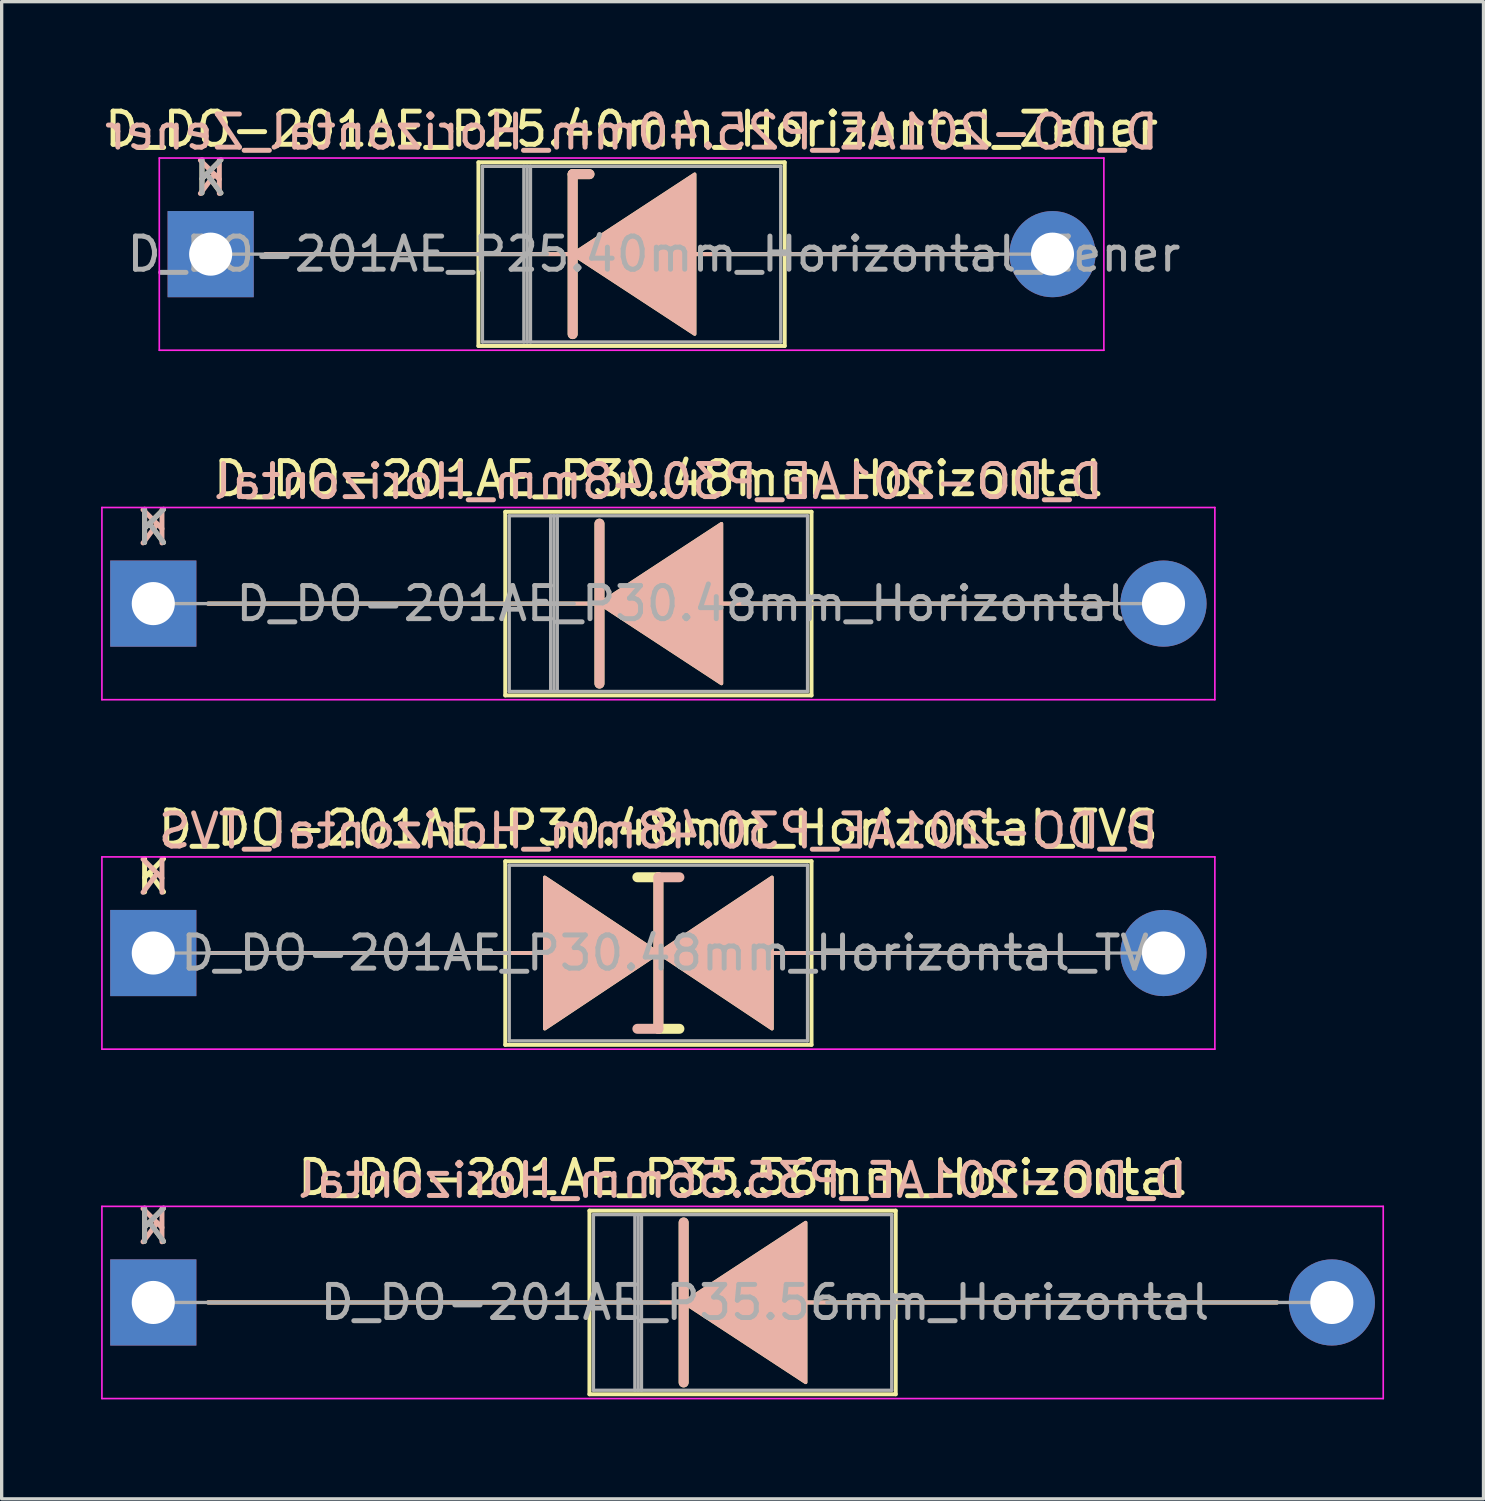
<source format=kicad_pcb>
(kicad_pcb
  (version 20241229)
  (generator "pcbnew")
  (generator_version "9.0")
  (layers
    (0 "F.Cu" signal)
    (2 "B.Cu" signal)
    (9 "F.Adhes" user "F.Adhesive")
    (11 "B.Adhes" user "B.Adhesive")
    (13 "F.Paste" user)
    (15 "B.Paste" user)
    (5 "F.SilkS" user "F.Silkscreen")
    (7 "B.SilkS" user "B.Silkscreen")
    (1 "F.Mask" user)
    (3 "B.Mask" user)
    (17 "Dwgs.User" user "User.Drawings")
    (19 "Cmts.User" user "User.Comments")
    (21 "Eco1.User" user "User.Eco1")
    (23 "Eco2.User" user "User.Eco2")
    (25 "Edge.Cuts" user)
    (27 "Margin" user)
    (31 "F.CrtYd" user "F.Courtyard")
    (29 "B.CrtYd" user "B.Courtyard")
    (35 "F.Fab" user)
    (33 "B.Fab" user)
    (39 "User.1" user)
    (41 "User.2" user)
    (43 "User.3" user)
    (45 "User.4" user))
  (footprint "D_DO-201AE_P30.48mm_Horizontal_TVS"
    (layer "F.Cu")
    (at 1.575 25.705)
    (property "Reference" "D_DO-201AE_P30.48mm_Horizontal_TVS" (at 15.24 -3.77 0) (layer "F.SilkS") (effects (font (size 1 1) (thickness 0.15))))
    (fp_line (start 1.651 0) (end 10.62 0) (stroke (width 0.12) (type solid)) (layer "F.SilkS"))
    (fp_line (start 10.62 -2.77) (end 10.62 2.77) (stroke (width 0.12) (type solid)) (layer "F.SilkS"))
    (fp_line (start 10.62 0) (end 11.811 0) (stroke (width 0.12) (type solid)) (layer "F.SilkS"))
    (fp_line (start 10.62 2.77) (end 19.86 2.77) (stroke (width 0.12) (type solid)) (layer "F.SilkS"))
    (fp_line (start 15.24 -2.286) (end 14.605 -2.286) (stroke (width 0.3) (type solid)) (layer "F.SilkS"))
    (fp_line (start 15.24 2.286) (end 15.24 -2.286) (stroke (width 0.3) (type solid)) (layer "F.SilkS"))
    (fp_line (start 15.875 2.286) (end 15.24 2.286) (stroke (width 0.3) (type solid)) (layer "F.SilkS"))
    (fp_line (start 18.669 0) (end 19.86 0) (stroke (width 0.12) (type solid)) (layer "F.SilkS"))
    (fp_line (start 19.86 -2.77) (end 10.62 -2.77) (stroke (width 0.12) (type solid)) (layer "F.SilkS"))
    (fp_line (start 19.86 2.77) (end 19.86 -2.77) (stroke (width 0.12) (type solid)) (layer "F.SilkS"))
    (fp_line (start 28.829 0) (end 19.86 0) (stroke (width 0.12) (type solid)) (layer "F.SilkS"))
    (fp_poly (pts (xy 15.24 0) (xy 11.811 2.286) (xy 11.811 -2.286)) (stroke (width 0.1) (type solid)) (fill yes) (layer "F.SilkS"))
    (fp_poly (pts (xy 15.24 0) (xy 18.669 -2.286) (xy 18.669 2.286)) (stroke (width 0.1) (type solid)) (fill yes) (layer "F.SilkS"))
    (fp_line (start 1.651 0) (end 10.62 0) (stroke (width 0.12) (type solid)) (layer "B.SilkS"))
    (fp_line (start 10.62 0) (end 11.811 0) (stroke (width 0.12) (type solid)) (layer "B.SilkS"))
    (fp_line (start 15.24 -2.286) (end 15.24 2.286) (stroke (width 0.3) (type solid)) (layer "B.SilkS"))
    (fp_line (start 15.24 2.286) (end 14.605 2.286) (stroke (width 0.3) (type solid)) (layer "B.SilkS"))
    (fp_line (start 15.875 -2.286) (end 15.24 -2.286) (stroke (width 0.3) (type solid)) (layer "B.SilkS"))
    (fp_line (start 18.669 0) (end 19.86 0) (stroke (width 0.12) (type solid)) (layer "B.SilkS"))
    (fp_line (start 28.829 0) (end 19.86 0) (stroke (width 0.12) (type solid)) (layer "B.SilkS"))
    (fp_poly (pts (xy 15.24 0) (xy 11.811 -2.286) (xy 11.811 2.286)) (stroke (width 0.1) (type solid)) (fill yes) (layer "B.SilkS"))
    (fp_poly (pts (xy 15.24 0) (xy 18.669 2.286) (xy 18.669 -2.286)) (stroke (width 0.1) (type solid)) (fill yes) (layer "B.SilkS"))
    (fp_line (start -1.55 -2.9) (end -1.55 2.9) (stroke (width 0.05) (type solid)) (layer "F.CrtYd"))
    (fp_line (start -1.55 2.9) (end 32.03 2.9) (stroke (width 0.05) (type solid)) (layer "F.CrtYd"))
    (fp_line (start 32.03 -2.9) (end -1.55 -2.9) (stroke (width 0.05) (type solid)) (layer "F.CrtYd"))
    (fp_line (start 32.03 2.9) (end 32.03 -2.9) (stroke (width 0.05) (type solid)) (layer "F.CrtYd"))
    (fp_line (start 0 0) (end 10.74 0) (stroke (width 0.1) (type solid)) (layer "F.Fab"))
    (fp_line (start 10.74 -2.65) (end 10.74 2.65) (stroke (width 0.1) (type solid)) (layer "F.Fab"))
    (fp_line (start 10.74 2.65) (end 19.74 2.65) (stroke (width 0.1) (type solid)) (layer "F.Fab"))
    (fp_line (start 19.74 -2.65) (end 10.74 -2.65) (stroke (width 0.1) (type solid)) (layer "F.Fab"))
    (fp_line (start 19.74 2.65) (end 19.74 -2.65) (stroke (width 0.1) (type solid)) (layer "F.Fab"))
    (fp_line (start 30.48 0) (end 19.74 0) (stroke (width 0.1) (type solid)) (layer "F.Fab"))
    (fp_text user "K" (at 0 -2.3 0) (layer "F.SilkS") (effects (font (size 1 1) (thickness 0.15))))
    (fp_text user "K" (at 0 -2.286 0) (layer "B.SilkS") (effects (font (size 1 1) (thickness 0.15)) (justify mirror)))
    (fp_text user "${REFERENCE}" (at 15.24 -3.683 0) (layer "B.SilkS") (effects (font (size 1 1) (thickness 0.15)) (justify mirror)))
    (fp_text user "${REFERENCE}" (at 15.915 0 0) (layer "F.Fab") (effects (font (size 1 1) (thickness 0.15))))
    (pad "1" thru_hole rect (at 0 0) (size 2.6 2.6) (drill 1.3) (layers "*.Cu" "*.Mask"))
    (pad "2" thru_hole oval (at 30.48 0) (size 2.6 2.6) (drill 1.3) (layers "*.Cu" "*.Mask")))
  (footprint "D_DO-201AE_P30.48mm_Horizontal"
    (layer "F.Cu")
    (at 1.575 15.162)
    (property "Reference" "D_DO-201AE_P30.48mm_Horizontal" (at 15.24 -3.77 0) (layer "F.SilkS") (effects (font (size 1 1) (thickness 0.15))))
    (fp_line (start 1.651 0) (end 10.62 0) (stroke (width 0.12) (type solid)) (layer "F.SilkS"))
    (fp_line (start 10.62 -2.77) (end 10.62 2.77) (stroke (width 0.12) (type solid)) (layer "F.SilkS"))
    (fp_line (start 10.62 2.77) (end 19.86 2.77) (stroke (width 0.12) (type solid)) (layer "F.SilkS"))
    (fp_line (start 13.462 -2.413) (end 13.462 2.413) (stroke (width 0.3) (type solid)) (layer "F.SilkS"))
    (fp_line (start 13.589 0) (end 10.62 0) (stroke (width 0.12) (type solid)) (layer "F.SilkS"))
    (fp_line (start 17.145 0) (end 19.86 0) (stroke (width 0.12) (type solid)) (layer "F.SilkS"))
    (fp_line (start 19.86 -2.77) (end 10.62 -2.77) (stroke (width 0.12) (type solid)) (layer "F.SilkS"))
    (fp_line (start 19.86 2.77) (end 19.86 -2.77) (stroke (width 0.12) (type solid)) (layer "F.SilkS"))
    (fp_line (start 28.829 0) (end 19.86 0) (stroke (width 0.12) (type solid)) (layer "F.SilkS"))
    (fp_poly (pts (xy 17.145 2.413) (xy 13.462 0) (xy 17.145 -2.413)) (stroke (width 0.1) (type solid)) (fill yes) (layer "F.SilkS"))
    (fp_line (start 1.651 0) (end 10.62 0) (stroke (width 0.12) (type solid)) (layer "B.SilkS"))
    (fp_line (start 13.462 2.413) (end 13.462 -2.413) (stroke (width 0.3) (type solid)) (layer "B.SilkS"))
    (fp_line (start 13.589 0) (end 10.62 0) (stroke (width 0.12) (type solid)) (layer "B.SilkS"))
    (fp_line (start 17.145 0) (end 19.86 0) (stroke (width 0.12) (type solid)) (layer "B.SilkS"))
    (fp_line (start 28.829 0) (end 19.86 0) (stroke (width 0.12) (type solid)) (layer "B.SilkS"))
    (fp_poly (pts (xy 17.145 -2.413) (xy 13.462 0) (xy 17.145 2.413)) (stroke (width 0.1) (type solid)) (fill yes) (layer "B.SilkS"))
    (fp_line (start -1.55 -2.9) (end -1.55 2.9) (stroke (width 0.05) (type solid)) (layer "F.CrtYd"))
    (fp_line (start -1.55 2.9) (end 32.03 2.9) (stroke (width 0.05) (type solid)) (layer "F.CrtYd"))
    (fp_line (start 32.03 -2.9) (end -1.55 -2.9) (stroke (width 0.05) (type solid)) (layer "F.CrtYd"))
    (fp_line (start 32.03 2.9) (end 32.03 -2.9) (stroke (width 0.05) (type solid)) (layer "F.CrtYd"))
    (fp_line (start 0 0) (end 12.7 0) (stroke (width 0.1) (type solid)) (layer "F.Fab"))
    (fp_line (start 10.74 -2.65) (end 10.74 2.65) (stroke (width 0.1) (type solid)) (layer "F.Fab"))
    (fp_line (start 10.74 2.65) (end 19.74 2.65) (stroke (width 0.1) (type solid)) (layer "F.Fab"))
    (fp_line (start 11.99 -2.65) (end 11.99 2.65) (stroke (width 0.1) (type solid)) (layer "F.Fab"))
    (fp_line (start 12.09 -2.65) (end 12.09 2.65) (stroke (width 0.1) (type solid)) (layer "F.Fab"))
    (fp_line (start 12.19 -2.65) (end 12.19 2.65) (stroke (width 0.1) (type solid)) (layer "F.Fab"))
    (fp_line (start 19.74 -2.65) (end 10.74 -2.65) (stroke (width 0.1) (type solid)) (layer "F.Fab"))
    (fp_line (start 19.74 2.65) (end 19.74 -2.65) (stroke (width 0.1) (type solid)) (layer "F.Fab"))
    (fp_line (start 30.48 0) (end 17.78 0) (stroke (width 0.1) (type solid)) (layer "F.Fab"))
    (fp_text user "K" (at 0 -2.3 0) (layer "F.SilkS") (effects (font (size 1 1) (thickness 0.15))))
    (fp_text user "K" (at 0 -2.286 0) (layer "B.SilkS") (effects (font (size 1 1) (thickness 0.15)) (justify mirror)))
    (fp_text user "${REFERENCE}" (at 15.24 -3.683 0) (layer "B.SilkS") (effects (font (size 1 1) (thickness 0.15)) (justify mirror)))
    (fp_text user "${REFERENCE}" (at 15.915 0 0) (layer "F.Fab") (effects (font (size 1 1) (thickness 0.15))))
    (fp_text user "K" (at 0 -2.3 0) (layer "F.Fab") (effects (font (size 1 1) (thickness 0.15))))
    (pad "1" thru_hole rect (at 0 0) (size 2.6 2.6) (drill 1.3) (layers "*.Cu" "*.Mask"))
    (pad "2" thru_hole oval (at 30.48 0) (size 2.6 2.6) (drill 1.3) (layers "*.Cu" "*.Mask")))
  (footprint "D_DO-201AE_P25.40mm_Horizontal_Zener"
    (layer "F.Cu")
    (at 3.306 4.618)
    (property "Reference" "D_DO-201AE_P25.40mm_Horizontal_Zener" (at 12.7 -3.77 0) (layer "F.SilkS") (effects (font (size 1 1) (thickness 0.15))))
    (fp_line (start 1.651 0) (end 8.08 0) (stroke (width 0.12) (type solid)) (layer "F.SilkS"))
    (fp_line (start 8.08 -2.77) (end 8.08 2.77) (stroke (width 0.12) (type solid)) (layer "F.SilkS"))
    (fp_line (start 8.08 2.77) (end 17.32 2.77) (stroke (width 0.12) (type solid)) (layer "F.SilkS"))
    (fp_line (start 10.922 -2.413) (end 10.922 2.413) (stroke (width 0.3) (type solid)) (layer "F.SilkS"))
    (fp_line (start 10.922 -2.413) (end 11.43 -2.413) (stroke (width 0.3) (type solid)) (layer "F.SilkS"))
    (fp_line (start 11.049 0) (end 8.08 0) (stroke (width 0.12) (type solid)) (layer "F.SilkS"))
    (fp_line (start 14.605 0) (end 17.32 0) (stroke (width 0.12) (type solid)) (layer "F.SilkS"))
    (fp_line (start 17.32 -2.77) (end 8.08 -2.77) (stroke (width 0.12) (type solid)) (layer "F.SilkS"))
    (fp_line (start 17.32 2.77) (end 17.32 -2.77) (stroke (width 0.12) (type solid)) (layer "F.SilkS"))
    (fp_line (start 23.749 0) (end 17.32 0) (stroke (width 0.12) (type solid)) (layer "F.SilkS"))
    (fp_poly (pts (xy 14.605 2.413) (xy 10.922 0) (xy 14.605 -2.413)) (stroke (width 0.1) (type solid)) (fill yes) (layer "F.SilkS"))
    (fp_line (start 1.651 0) (end 8.08 0) (stroke (width 0.12) (type solid)) (layer "B.SilkS"))
    (fp_line (start 10.922 -2.413) (end 11.43 -2.413) (stroke (width 0.3) (type solid)) (layer "B.SilkS"))
    (fp_line (start 10.922 2.413) (end 10.922 -2.413) (stroke (width 0.3) (type solid)) (layer "B.SilkS"))
    (fp_line (start 11.049 0) (end 8.08 0) (stroke (width 0.12) (type solid)) (layer "B.SilkS"))
    (fp_line (start 14.605 0) (end 17.32 0) (stroke (width 0.12) (type solid)) (layer "B.SilkS"))
    (fp_line (start 23.749 0) (end 17.32 0) (stroke (width 0.12) (type solid)) (layer "B.SilkS"))
    (fp_poly (pts (xy 14.605 -2.413) (xy 10.922 0) (xy 14.605 2.413)) (stroke (width 0.1) (type solid)) (fill yes) (layer "B.SilkS"))
    (fp_line (start -1.55 -2.9) (end -1.55 2.9) (stroke (width 0.05) (type solid)) (layer "F.CrtYd"))
    (fp_line (start -1.55 2.9) (end 26.95 2.9) (stroke (width 0.05) (type solid)) (layer "F.CrtYd"))
    (fp_line (start 26.95 -2.9) (end -1.55 -2.9) (stroke (width 0.05) (type solid)) (layer "F.CrtYd"))
    (fp_line (start 26.95 2.9) (end 26.95 -2.9) (stroke (width 0.05) (type solid)) (layer "F.CrtYd"))
    (fp_line (start 0 0) (end 10.16 0) (stroke (width 0.1) (type solid)) (layer "F.Fab"))
    (fp_line (start 8.2 -2.65) (end 8.2 2.65) (stroke (width 0.1) (type solid)) (layer "F.Fab"))
    (fp_line (start 8.2 2.65) (end 17.2 2.65) (stroke (width 0.1) (type solid)) (layer "F.Fab"))
    (fp_line (start 9.45 -2.65) (end 9.45 2.65) (stroke (width 0.1) (type solid)) (layer "F.Fab"))
    (fp_line (start 9.55 -2.65) (end 9.55 2.65) (stroke (width 0.1) (type solid)) (layer "F.Fab"))
    (fp_line (start 9.65 -2.65) (end 9.65 2.65) (stroke (width 0.1) (type solid)) (layer "F.Fab"))
    (fp_line (start 17.2 -2.65) (end 8.2 -2.65) (stroke (width 0.1) (type solid)) (layer "F.Fab"))
    (fp_line (start 17.2 2.65) (end 17.2 -2.65) (stroke (width 0.1) (type solid)) (layer "F.Fab"))
    (fp_line (start 25.4 0) (end 15.24 0) (stroke (width 0.1) (type solid)) (layer "F.Fab"))
    (fp_text user "K" (at 0 -2.3 0) (layer "F.SilkS") (effects (font (size 1 1) (thickness 0.15))))
    (fp_text user "${REFERENCE}" (at 12.7 -3.683 0) (layer "B.SilkS") (effects (font (size 1 1) (thickness 0.15)) (justify mirror)))
    (fp_text user "K" (at 0 -2.286 0) (layer "B.SilkS") (effects (font (size 1 1) (thickness 0.15)) (justify mirror)))
    (fp_text user "${REFERENCE}" (at 13.375 0 0) (layer "F.Fab") (effects (font (size 1 1) (thickness 0.15))))
    (fp_text user "K" (at 0 -2.3 0) (layer "F.Fab") (effects (font (size 1 1) (thickness 0.15))))
    (pad "1" thru_hole rect (at 0 0) (size 2.6 2.6) (drill 1.3) (layers "*.Cu" "*.Mask"))
    (pad "2" thru_hole oval (at 25.4 0) (size 2.6 2.6) (drill 1.3) (layers "*.Cu" "*.Mask")))
  (footprint "D_DO-201AE_P35.56mm_Horizontal"
    (layer "F.Cu")
    (at 1.575 36.248)
    (property "Reference" "D_DO-201AE_P35.56mm_Horizontal" (at 17.78 -3.77 0) (layer "F.SilkS") (effects (font (size 1 1) (thickness 0.15))))
    (fp_line (start 1.651 0) (end 13.16 0) (stroke (width 0.12) (type solid)) (layer "F.SilkS"))
    (fp_line (start 13.16 -2.77) (end 13.16 2.77) (stroke (width 0.12) (type solid)) (layer "F.SilkS"))
    (fp_line (start 13.16 2.77) (end 22.4 2.77) (stroke (width 0.12) (type solid)) (layer "F.SilkS"))
    (fp_line (start 16.002 -2.413) (end 16.002 2.413) (stroke (width 0.3) (type solid)) (layer "F.SilkS"))
    (fp_line (start 16.129 0) (end 13.16 0) (stroke (width 0.12) (type solid)) (layer "F.SilkS"))
    (fp_line (start 19.685 0) (end 22.4 0) (stroke (width 0.12) (type solid)) (layer "F.SilkS"))
    (fp_line (start 22.4 -2.77) (end 13.16 -2.77) (stroke (width 0.12) (type solid)) (layer "F.SilkS"))
    (fp_line (start 22.4 2.77) (end 22.4 -2.77) (stroke (width 0.12) (type solid)) (layer "F.SilkS"))
    (fp_line (start 33.909 0) (end 22.4 0) (stroke (width 0.12) (type solid)) (layer "F.SilkS"))
    (fp_poly (pts (xy 19.685 2.413) (xy 16.002 0) (xy 19.685 -2.413)) (stroke (width 0.1) (type solid)) (fill yes) (layer "F.SilkS"))
    (fp_line (start 1.651 0) (end 13.16 0) (stroke (width 0.12) (type solid)) (layer "B.SilkS"))
    (fp_line (start 16.002 2.413) (end 16.002 -2.413) (stroke (width 0.3) (type solid)) (layer "B.SilkS"))
    (fp_line (start 16.129 0) (end 13.16 0) (stroke (width 0.12) (type solid)) (layer "B.SilkS"))
    (fp_line (start 19.685 0) (end 22.4 0) (stroke (width 0.12) (type solid)) (layer "B.SilkS"))
    (fp_line (start 33.909 0) (end 22.4 0) (stroke (width 0.12) (type solid)) (layer "B.SilkS"))
    (fp_poly (pts (xy 19.685 -2.413) (xy 16.002 0) (xy 19.685 2.413)) (stroke (width 0.1) (type solid)) (fill yes) (layer "B.SilkS"))
    (fp_line (start -1.55 -2.9) (end -1.55 2.9) (stroke (width 0.05) (type solid)) (layer "F.CrtYd"))
    (fp_line (start -1.55 2.9) (end 37.11 2.9) (stroke (width 0.05) (type solid)) (layer "F.CrtYd"))
    (fp_line (start 37.11 -2.9) (end -1.55 -2.9) (stroke (width 0.05) (type solid)) (layer "F.CrtYd"))
    (fp_line (start 37.11 2.9) (end 37.11 -2.9) (stroke (width 0.05) (type solid)) (layer "F.CrtYd"))
    (fp_line (start 0 0) (end 15.24 0) (stroke (width 0.1) (type solid)) (layer "F.Fab"))
    (fp_line (start 13.28 -2.65) (end 13.28 2.65) (stroke (width 0.1) (type solid)) (layer "F.Fab"))
    (fp_line (start 13.28 2.65) (end 22.28 2.65) (stroke (width 0.1) (type solid)) (layer "F.Fab"))
    (fp_line (start 14.53 -2.65) (end 14.53 2.65) (stroke (width 0.1) (type solid)) (layer "F.Fab"))
    (fp_line (start 14.63 -2.65) (end 14.63 2.65) (stroke (width 0.1) (type solid)) (layer "F.Fab"))
    (fp_line (start 14.73 -2.65) (end 14.73 2.65) (stroke (width 0.1) (type solid)) (layer "F.Fab"))
    (fp_line (start 22.28 -2.65) (end 13.28 -2.65) (stroke (width 0.1) (type solid)) (layer "F.Fab"))
    (fp_line (start 22.28 2.65) (end 22.28 -2.65) (stroke (width 0.1) (type solid)) (layer "F.Fab"))
    (fp_line (start 35.56 0) (end 20.32 0) (stroke (width 0.1) (type solid)) (layer "F.Fab"))
    (fp_text user "K" (at 0 -2.3 0) (layer "F.SilkS") (effects (font (size 1 1) (thickness 0.15))))
    (fp_text user "${REFERENCE}" (at 17.78 -3.683 0) (layer "B.SilkS") (effects (font (size 1 1) (thickness 0.15)) (justify mirror)))
    (fp_text user "K" (at 0 -2.286 0) (layer "B.SilkS") (effects (font (size 1 1) (thickness 0.15)) (justify mirror)))
    (fp_text user "K" (at 0 -2.3 0) (layer "F.Fab") (effects (font (size 1 1) (thickness 0.15))))
    (fp_text user "${REFERENCE}" (at 18.455 0 0) (layer "F.Fab") (effects (font (size 1 1) (thickness 0.15))))
    (pad "1" thru_hole rect (at 0 0) (size 2.6 2.6) (drill 1.3) (layers "*.Cu" "*.Mask"))
    (pad "2" thru_hole oval (at 35.56 0) (size 2.6 2.6) (drill 1.3) (layers "*.Cu" "*.Mask")))
  (gr_rect
    (start -3 -3)
    (end 41.71 42.173)
    (stroke (width 0.1) (type default))
    (fill no)
    (layer "Edge.Cuts")))
</source>
